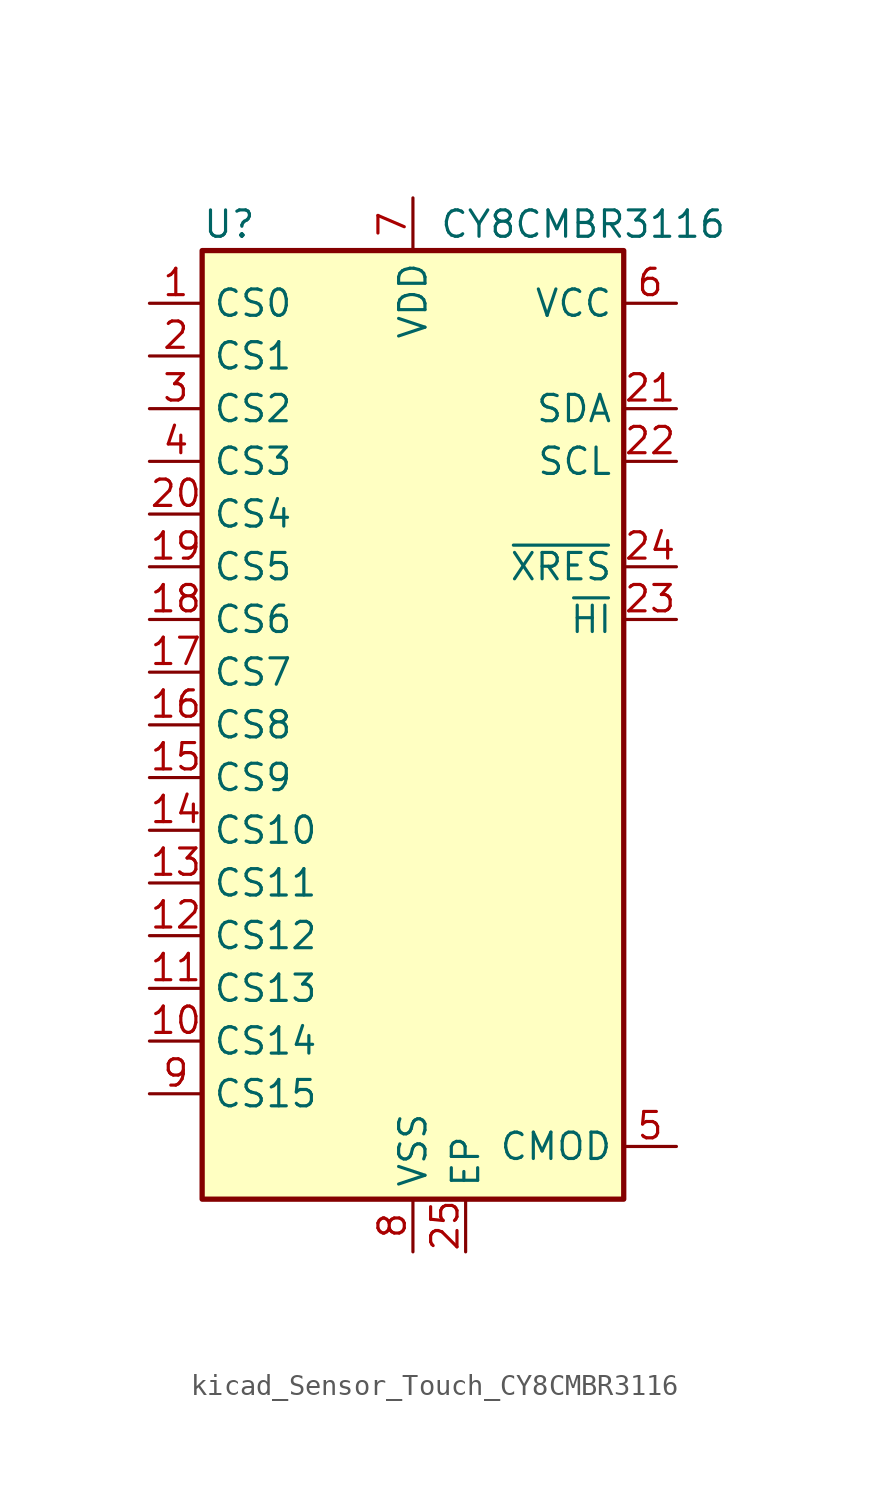
<source format=kicad_sym>
(kicad_symbol_lib
  (version 20220914)
  (generator kicad_symbol_editor)
  (symbol "kicad_Sensor_Touch_CY8CMBR3116"
    (property "Reference" "U"
      (at -10.16 24.13 0)
      (effects (font (size 1.27 1.27)) (justify left)))
    (property "Value" "CY8CMBR3116"
      (at 1.27 24.13 0)
      (effects (font (size 1.27 1.27)) (justify left)))
    (symbol "kicad_Sensor_Touch_CY8CMBR3116_0_1"
      (rectangle (start -10.16 22.86) (end 10.16 -22.86) (stroke (width 0.254) (type default)) (fill (type background))))
    (symbol "kicad_Sensor_Touch_CY8CMBR3116_1_1"
      (pin passive line (at -12.7 20.32 0) (length 2.54) (name "CS0" (effects (font (size 1.27 1.27)))) (number "1" (effects (font (size 1.27 1.27)))))
      (pin passive line (at -12.7 -15.24 0) (length 2.54) (name "CS14" (effects (font (size 1.27 1.27)))) (number "10" (effects (font (size 1.27 1.27)))))
      (pin passive line (at -12.7 -12.7 0) (length 2.54) (name "CS13" (effects (font (size 1.27 1.27)))) (number "11" (effects (font (size 1.27 1.27)))))
      (pin passive line (at -12.7 -10.16 0) (length 2.54) (name "CS12" (effects (font (size 1.27 1.27)))) (number "12" (effects (font (size 1.27 1.27)))))
      (pin passive line (at -12.7 -7.62 0) (length 2.54) (name "CS11" (effects (font (size 1.27 1.27)))) (number "13" (effects (font (size 1.27 1.27)))))
      (pin passive line (at -12.7 -5.08 0) (length 2.54) (name "CS10" (effects (font (size 1.27 1.27)))) (number "14" (effects (font (size 1.27 1.27)))))
      (pin passive line (at -12.7 -2.54 0) (length 2.54) (name "CS9" (effects (font (size 1.27 1.27)))) (number "15" (effects (font (size 1.27 1.27)))))
      (pin passive line (at -12.7 0 0) (length 2.54) (name "CS8" (effects (font (size 1.27 1.27)))) (number "16" (effects (font (size 1.27 1.27)))))
      (pin passive line (at -12.7 2.54 0) (length 2.54) (name "CS7" (effects (font (size 1.27 1.27)))) (number "17" (effects (font (size 1.27 1.27)))))
      (pin passive line (at -12.7 5.08 0) (length 2.54) (name "CS6" (effects (font (size 1.27 1.27)))) (number "18" (effects (font (size 1.27 1.27)))))
      (pin passive line (at -12.7 7.62 0) (length 2.54) (name "CS5" (effects (font (size 1.27 1.27)))) (number "19" (effects (font (size 1.27 1.27)))))
      (pin passive line (at -12.7 17.78 0) (length 2.54) (name "CS1" (effects (font (size 1.27 1.27)))) (number "2" (effects (font (size 1.27 1.27)))))
      (pin passive line (at -12.7 10.16 0) (length 2.54) (name "CS4" (effects (font (size 1.27 1.27)))) (number "20" (effects (font (size 1.27 1.27)))))
      (pin bidirectional line (at 12.7 15.24 180) (length 2.54) (name "SDA" (effects (font (size 1.27 1.27)))) (number "21" (effects (font (size 1.27 1.27)))))
      (pin input line (at 12.7 12.7 180) (length 2.54) (name "SCL" (effects (font (size 1.27 1.27)))) (number "22" (effects (font (size 1.27 1.27)))))
      (pin bidirectional line (at 12.7 5.08 180) (length 2.54) (name "~{HI}" (effects (font (size 1.27 1.27)))) (number "23" (effects (font (size 1.27 1.27)))))
      (pin input line (at 12.7 7.62 180) (length 2.54) (name "~{XRES}" (effects (font (size 1.27 1.27)))) (number "24" (effects (font (size 1.27 1.27)))))
      (pin passive line (at 2.54 -25.4 90) (length 2.54) (name "EP" (effects (font (size 1.27 1.27)))) (number "25" (effects (font (size 1.27 1.27)))))
      (pin passive line (at -12.7 15.24 0) (length 2.54) (name "CS2" (effects (font (size 1.27 1.27)))) (number "3" (effects (font (size 1.27 1.27)))))
      (pin passive line (at -12.7 12.7 0) (length 2.54) (name "CS3" (effects (font (size 1.27 1.27)))) (number "4" (effects (font (size 1.27 1.27)))))
      (pin passive line (at 12.7 -20.32 180) (length 2.54) (name "CMOD" (effects (font (size 1.27 1.27)))) (number "5" (effects (font (size 1.27 1.27)))))
      (pin passive line (at 12.7 20.32 180) (length 2.54) (name "VCC" (effects (font (size 1.27 1.27)))) (number "6" (effects (font (size 1.27 1.27)))))
      (pin power_in line (at 0 25.4 270) (length 2.54) (name "VDD" (effects (font (size 1.27 1.27)))) (number "7" (effects (font (size 1.27 1.27)))))
      (pin power_in line (at 0 -25.4 90) (length 2.54) (name "VSS" (effects (font (size 1.27 1.27)))) (number "8" (effects (font (size 1.27 1.27)))))
      (pin passive line (at -12.7 -17.78 0) (length 2.54) (name "CS15" (effects (font (size 1.27 1.27)))) (number "9" (effects (font (size 1.27 1.27))))))))
</source>
